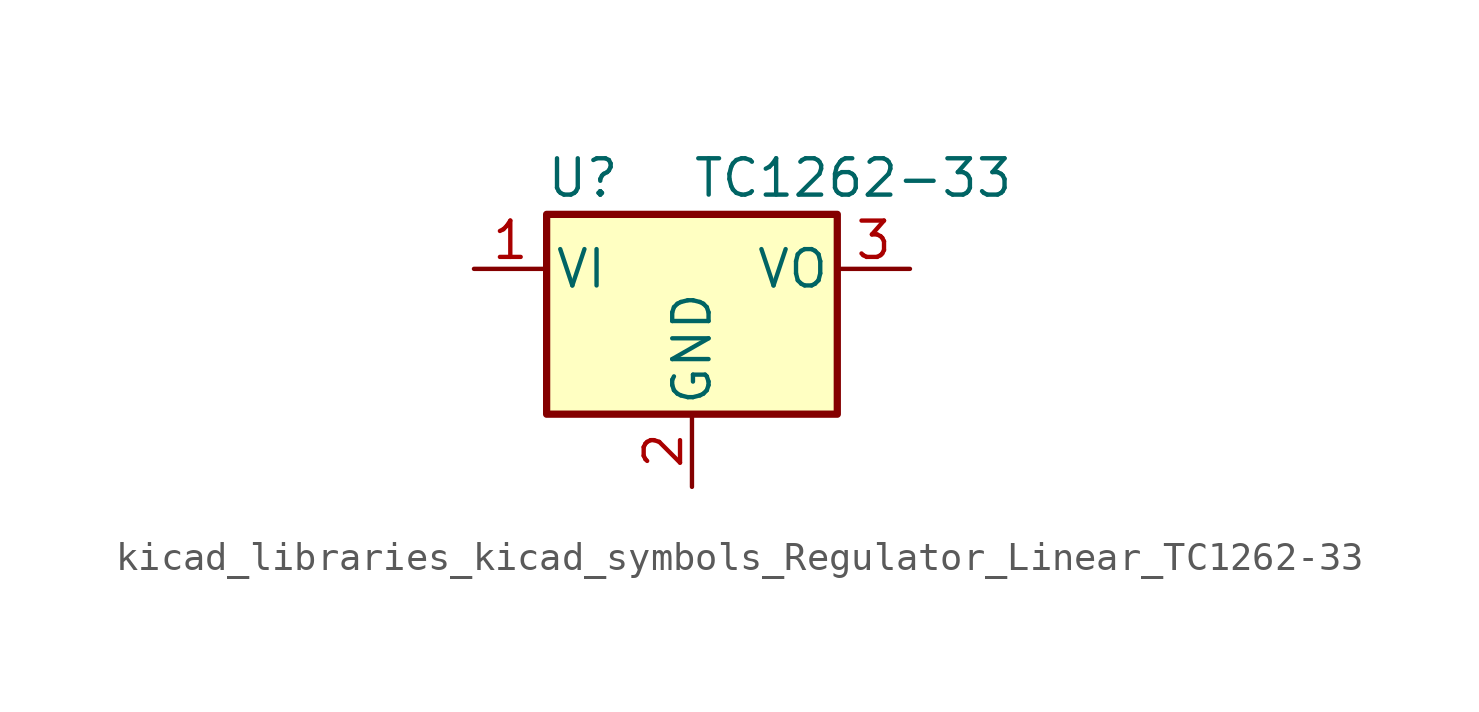
<source format=kicad_sym>
(kicad_symbol_lib
  (version 20220914)
  (generator kicad_symbol_editor)
  (symbol "kicad_libraries_kicad_symbols_Regulator_Linear_TC1262-33"
    (pin_names
      (offset 0.254))
    (property "Reference" "U"
      (at -3.81 3.175 0)
      (effects (font (size 1.27 1.27))))
    (property "Value" "TC1262-33"
      (at 0 3.175 0)
      (effects (font (size 1.27 1.27)) (justify left)))
    (symbol "kicad_libraries_kicad_symbols_Regulator_Linear_TC1262-33_1_1"
      (rectangle (start -5.08 1.905) (end 5.08 -5.08) (stroke (width 0.254) (type default)) (fill (type background)))
      (pin power_in line (at -7.62 0 0) (length 2.54) (name "VI" (effects (font (size 1.27 1.27)))) (number "1" (effects (font (size 1.27 1.27)))))
      (pin power_in line (at 0 -7.62 90) (length 2.54) (name "GND" (effects (font (size 1.27 1.27)))) (number "2" (effects (font (size 1.27 1.27)))))
      (pin power_out line (at 7.62 0 180) (length 2.54) (name "VO" (effects (font (size 1.27 1.27)))) (number "3" (effects (font (size 1.27 1.27))))))))
</source>
